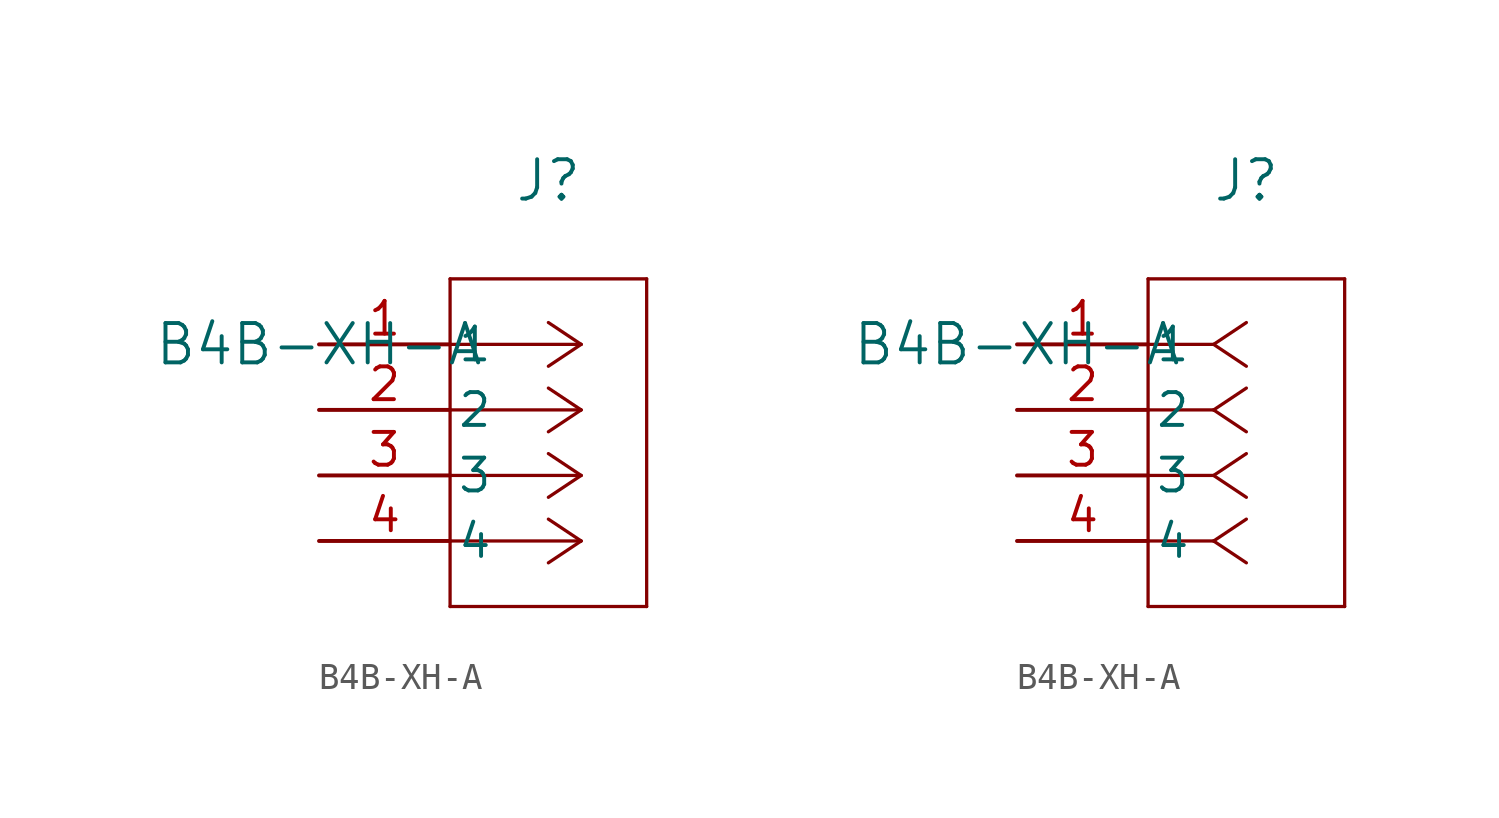
<source format=kicad_sym>
(kicad_symbol_lib
  (version 20211014)
  (generator kicad_symbol_editor)
  (symbol "B4B-XH-A"
    (pin_names
      (offset 0.254))
    (property "Reference" "J"
      (at 8.89 6.35 0)
      (effects (font (size 1.524 1.524))))
    (property "Value" "B4B-XH-A"
      (at 0 0 0)
      (effects (font (size 1.524 1.524))))
    (symbol "B4B-XH-A_1_1"
      (polyline (pts (xy 10.16 0) (xy 5.08 0)) (stroke (width 0.127) (type default) (color 0 0 0 0)) (fill (type none)))
      (polyline (pts (xy 10.16 -2.54) (xy 5.08 -2.54)) (stroke (width 0.127) (type default) (color 0 0 0 0)) (fill (type none)))
      (polyline (pts (xy 10.16 -5.08) (xy 5.08 -5.08)) (stroke (width 0.127) (type default) (color 0 0 0 0)) (fill (type none)))
      (polyline (pts (xy 10.16 -7.62) (xy 5.08 -7.62)) (stroke (width 0.127) (type default) (color 0 0 0 0)) (fill (type none)))
      (polyline (pts (xy 10.16 0) (xy 8.89 0.847)) (stroke (width 0.127) (type default) (color 0 0 0 0)) (fill (type none)))
      (polyline (pts (xy 10.16 -2.54) (xy 8.89 -1.693)) (stroke (width 0.127) (type default) (color 0 0 0 0)) (fill (type none)))
      (polyline (pts (xy 10.16 -5.08) (xy 8.89 -4.233)) (stroke (width 0.127) (type default) (color 0 0 0 0)) (fill (type none)))
      (polyline (pts (xy 10.16 -7.62) (xy 8.89 -6.773)) (stroke (width 0.127) (type default) (color 0 0 0 0)) (fill (type none)))
      (polyline (pts (xy 10.16 0) (xy 8.89 -0.847)) (stroke (width 0.127) (type default) (color 0 0 0 0)) (fill (type none)))
      (polyline (pts (xy 10.16 -2.54) (xy 8.89 -3.387)) (stroke (width 0.127) (type default) (color 0 0 0 0)) (fill (type none)))
      (polyline (pts (xy 10.16 -5.08) (xy 8.89 -5.927)) (stroke (width 0.127) (type default) (color 0 0 0 0)) (fill (type none)))
      (polyline (pts (xy 10.16 -7.62) (xy 8.89 -8.467)) (stroke (width 0.127) (type default) (color 0 0 0 0)) (fill (type none)))
      (polyline (pts (xy 5.08 2.54) (xy 5.08 -10.16)) (stroke (width 0.127) (type default) (color 0 0 0 0)) (fill (type none)))
      (polyline (pts (xy 5.08 -10.16) (xy 12.7 -10.16)) (stroke (width 0.127) (type default) (color 0 0 0 0)) (fill (type none)))
      (polyline (pts (xy 12.7 -10.16) (xy 12.7 2.54)) (stroke (width 0.127) (type default) (color 0 0 0 0)) (fill (type none)))
      (polyline (pts (xy 12.7 2.54) (xy 5.08 2.54)) (stroke (width 0.127) (type default) (color 0 0 0 0)) (fill (type none)))
      (pin unspecified line (at 0 0 0) (length 5.08) (name "1" (effects (font (size 1.27 1.27)))) (number "1" (effects (font (size 1.27 1.27)))))
      (pin unspecified line (at 0 -2.54 0) (length 5.08) (name "2" (effects (font (size 1.27 1.27)))) (number "2" (effects (font (size 1.27 1.27)))))
      (pin unspecified line (at 0 -5.08 0) (length 5.08) (name "3" (effects (font (size 1.27 1.27)))) (number "3" (effects (font (size 1.27 1.27)))))
      (pin unspecified line (at 0 -7.62 0) (length 5.08) (name "4" (effects (font (size 1.27 1.27)))) (number "4" (effects (font (size 1.27 1.27))))))
    (symbol "B4B-XH-A_1_2"
      (polyline (pts (xy 7.62 0) (xy 5.08 0)) (stroke (width 0.127) (type default) (color 0 0 0 0)) (fill (type none)))
      (polyline (pts (xy 7.62 -2.54) (xy 5.08 -2.54)) (stroke (width 0.127) (type default) (color 0 0 0 0)) (fill (type none)))
      (polyline (pts (xy 7.62 -5.08) (xy 5.08 -5.08)) (stroke (width 0.127) (type default) (color 0 0 0 0)) (fill (type none)))
      (polyline (pts (xy 7.62 -7.62) (xy 5.08 -7.62)) (stroke (width 0.127) (type default) (color 0 0 0 0)) (fill (type none)))
      (polyline (pts (xy 7.62 0) (xy 8.89 0.847)) (stroke (width 0.127) (type default) (color 0 0 0 0)) (fill (type none)))
      (polyline (pts (xy 7.62 -2.54) (xy 8.89 -1.693)) (stroke (width 0.127) (type default) (color 0 0 0 0)) (fill (type none)))
      (polyline (pts (xy 7.62 -5.08) (xy 8.89 -4.233)) (stroke (width 0.127) (type default) (color 0 0 0 0)) (fill (type none)))
      (polyline (pts (xy 7.62 -7.62) (xy 8.89 -6.773)) (stroke (width 0.127) (type default) (color 0 0 0 0)) (fill (type none)))
      (polyline (pts (xy 7.62 0) (xy 8.89 -0.847)) (stroke (width 0.127) (type default) (color 0 0 0 0)) (fill (type none)))
      (polyline (pts (xy 7.62 -2.54) (xy 8.89 -3.387)) (stroke (width 0.127) (type default) (color 0 0 0 0)) (fill (type none)))
      (polyline (pts (xy 7.62 -5.08) (xy 8.89 -5.927)) (stroke (width 0.127) (type default) (color 0 0 0 0)) (fill (type none)))
      (polyline (pts (xy 7.62 -7.62) (xy 8.89 -8.467)) (stroke (width 0.127) (type default) (color 0 0 0 0)) (fill (type none)))
      (polyline (pts (xy 5.08 2.54) (xy 5.08 -10.16)) (stroke (width 0.127) (type default) (color 0 0 0 0)) (fill (type none)))
      (polyline (pts (xy 5.08 -10.16) (xy 12.7 -10.16)) (stroke (width 0.127) (type default) (color 0 0 0 0)) (fill (type none)))
      (polyline (pts (xy 12.7 -10.16) (xy 12.7 2.54)) (stroke (width 0.127) (type default) (color 0 0 0 0)) (fill (type none)))
      (polyline (pts (xy 12.7 2.54) (xy 5.08 2.54)) (stroke (width 0.127) (type default) (color 0 0 0 0)) (fill (type none)))
      (pin unspecified line (at 0 0 0) (length 5.08) (name "1" (effects (font (size 1.27 1.27)))) (number "1" (effects (font (size 1.27 1.27)))))
      (pin unspecified line (at 0 -2.54 0) (length 5.08) (name "2" (effects (font (size 1.27 1.27)))) (number "2" (effects (font (size 1.27 1.27)))))
      (pin unspecified line (at 0 -5.08 0) (length 5.08) (name "3" (effects (font (size 1.27 1.27)))) (number "3" (effects (font (size 1.27 1.27)))))
      (pin unspecified line (at 0 -7.62 0) (length 5.08) (name "4" (effects (font (size 1.27 1.27)))) (number "4" (effects (font (size 1.27 1.27))))))))
</source>
